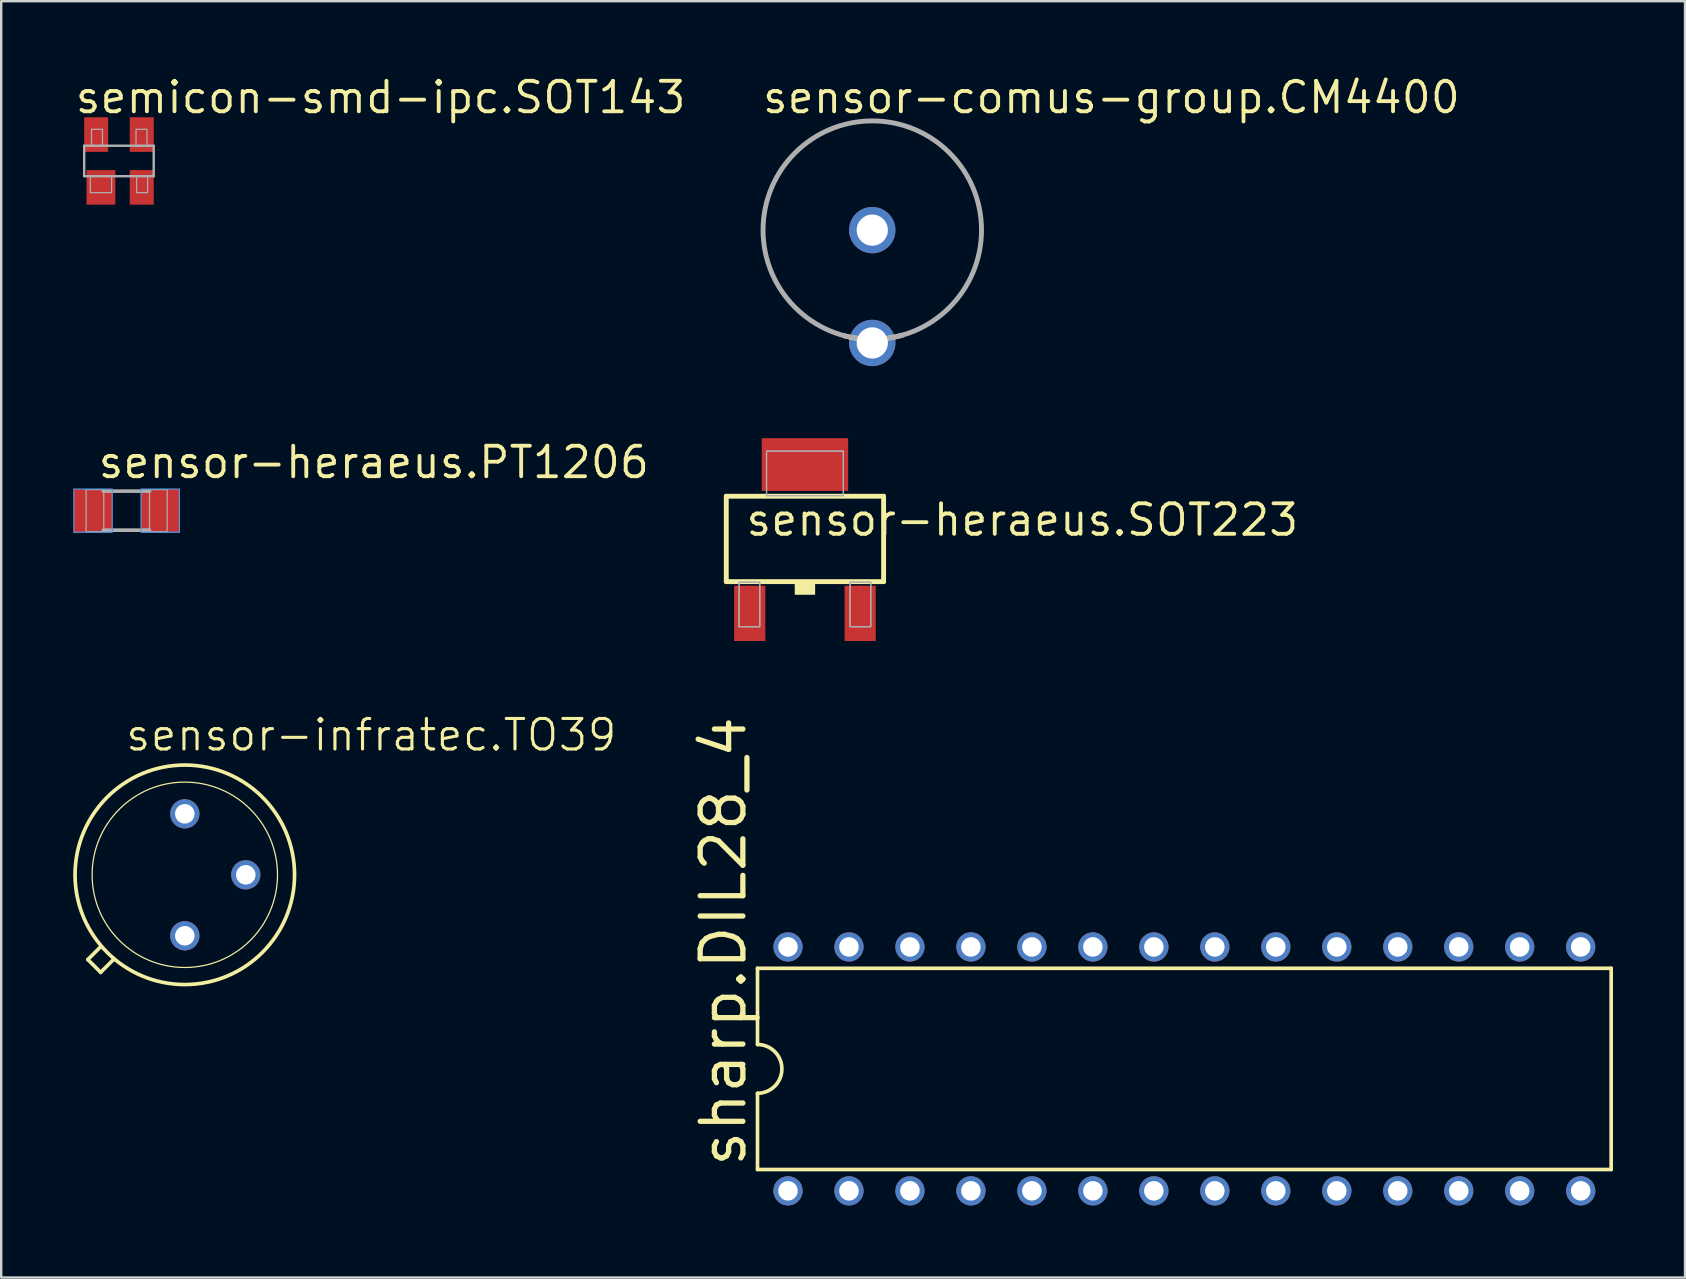
<source format=kicad_pcb>
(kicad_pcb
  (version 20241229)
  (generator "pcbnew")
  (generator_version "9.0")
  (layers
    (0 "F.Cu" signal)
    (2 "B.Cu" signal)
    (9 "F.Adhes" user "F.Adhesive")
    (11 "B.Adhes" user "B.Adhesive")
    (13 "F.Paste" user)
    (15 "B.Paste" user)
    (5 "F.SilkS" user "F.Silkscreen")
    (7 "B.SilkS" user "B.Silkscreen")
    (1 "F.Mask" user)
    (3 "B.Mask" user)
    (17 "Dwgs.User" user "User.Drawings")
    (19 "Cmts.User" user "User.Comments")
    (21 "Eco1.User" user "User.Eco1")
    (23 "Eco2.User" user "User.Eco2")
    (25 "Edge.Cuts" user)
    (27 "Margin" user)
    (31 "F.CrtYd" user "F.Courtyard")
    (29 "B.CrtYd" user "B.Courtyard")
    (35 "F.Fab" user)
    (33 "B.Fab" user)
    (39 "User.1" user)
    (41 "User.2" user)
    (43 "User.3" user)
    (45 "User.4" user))
  (footprint "semicon-smd-ipc.SOT143"
    (layer "F.Cu")
    (at 1.905 3.655)
    (property "Reference" "semicon-smd-ipc.SOT143" (at -1.905 -1.905 0) (layer "F.SilkS") (effects (font (size 1.27 1.27) (thickness 0.16)) (justify left bottom)))
    (attr smd)
    (fp_line (start -1.448 -0.635) (end 1.448 -0.635) (stroke (width 0.1) (type default)) (layer "F.Fab"))
    (fp_line (start -1.448 0.635) (end -1.448 -0.635) (stroke (width 0.1) (type default)) (layer "F.Fab"))
    (fp_line (start -1.448 0.635) (end 1.448 0.635) (stroke (width 0.1) (type default)) (layer "F.Fab"))
    (fp_line (start 1.448 0.635) (end 1.448 -0.635) (stroke (width 0.1) (type default)) (layer "F.Fab"))
    (fp_rect (start -1.194 1.321) (end -0.305 0.635) (stroke (width 0.05) (type default)) (fill no) (layer "F.Fab"))
    (fp_rect (start -1.143 -0.635) (end -0.686 -1.321) (stroke (width 0.05) (type default)) (fill no) (layer "F.Fab"))
    (fp_rect (start 0.711 -0.635) (end 1.168 -1.321) (stroke (width 0.05) (type default)) (fill no) (layer "F.Fab"))
    (fp_rect (start 0.737 1.321) (end 1.194 0.635) (stroke (width 0.05) (type default)) (fill no) (layer "F.Fab"))
    (pad "1" smd roundrect (at -0.75 1.1) (size 1.2 1.44) (layers "F.Cu" "F.Mask" "F.Paste") (roundrect_rratio 0.01))
    (pad "2" smd roundrect (at 0.95 1.1) (size 1 1.44) (layers "F.Cu" "F.Mask" "F.Paste") (roundrect_rratio 0.01))
    (pad "3" smd roundrect (at 0.95 -1.1) (size 1 1.44) (layers "F.Cu" "F.Mask" "F.Paste") (roundrect_rratio 0.01))
    (pad "4" smd roundrect (at -0.95 -1.1) (size 1 1.44) (layers "F.Cu" "F.Mask" "F.Paste") (roundrect_rratio 0.01)))
  (footprint "sensor-heraeus.PT1206"
    (layer "F.Cu")
    (at 2.225 18.221)
    (property "Reference" "sensor-heraeus.PT1206" (at -1.27 -1.27 0) (layer "F.SilkS") (effects (font (size 1.27 1.27) (thickness 0.16)) (justify left bottom)))
    (attr smd)
    (fp_rect (start -2.1 0.8) (end -0.7 -0.8) (stroke (width 0.05) (type default)) (fill yes) (layer "F.Paste"))
    (fp_rect (start 0.7 0.8) (end 2.1 -0.8) (stroke (width 0.05) (type default)) (fill yes) (layer "F.Paste"))
    (fp_rect (start -2.2 0.9) (end -0.6 -0.9) (stroke (width 0.05) (type default)) (fill no) (layer "Cmts.User"))
    (fp_rect (start 0.6 0.9) (end 2.2 -0.9) (stroke (width 0.05) (type default)) (fill no) (layer "Cmts.User"))
    (fp_line (start 0.953 -0.813) (end -0.965 -0.813) (stroke (width 0.152) (type default)) (layer "F.Fab"))
    (fp_line (start 0.953 0.813) (end -0.965 0.813) (stroke (width 0.152) (type default)) (layer "F.Fab"))
    (fp_rect (start -1.689 0.876) (end -0.953 -0.876) (stroke (width 0.05) (type default)) (fill no) (layer "F.Fab"))
    (fp_rect (start 0.953 0.876) (end 1.689 -0.876) (stroke (width 0.05) (type default)) (fill no) (layer "F.Fab"))
    (pad "1A" smd roundrect (at -1.4 0.4) (size 1.6 1) (layers "F.Cu" "F.Mask" "F.Paste") (roundrect_rratio 0.01))
    (pad "1B" smd roundrect (at -1.4 -0.4) (size 1.6 1) (layers "F.Cu" "F.Mask" "F.Paste") (roundrect_rratio 0.01))
    (pad "2A" smd roundrect (at 1.4 0.4) (size 1.6 1) (layers "F.Cu" "F.Mask" "F.Paste") (roundrect_rratio 0.01))
    (pad "2B" smd roundrect (at 1.4 -0.4) (size 1.6 1) (layers "F.Cu" "F.Mask" "F.Paste") (roundrect_rratio 0.01)))
  (footprint "sensor-comus-group.CM4400"
    (layer "F.Cu")
    (at 33.285 6.536)
    (property "Reference" "sensor-comus-group.CM4400" (at -4.659 -4.786 0) (layer "F.SilkS") (effects (font (size 1.27 1.27) (thickness 0.16)) (justify left bottom)))
    (attr through_hole)
    (fp_arc (start 1.25 4.375) (mid 0.039196 4.551997) (end -1.175 4.4) (stroke (width 0.2032) (type default)) (layer "F.SilkS"))
    (fp_circle (center 0 0) (end 4.55 0) (stroke (width 0.203) (type default)) (fill no) (layer "F.Fab"))
    (pad "1" thru_hole circle (at 0 0) (size 1.93 1.93) (drill 1.3) (layers "*.Cu" "*.Mask"))
    (pad "2" thru_hole circle (at 0 4.7) (size 1.93 1.93) (drill 1.3) (layers "*.Cu" "*.Mask")))
  (footprint "sharp.DIL28_4"
    (layer "F.Cu")
    (at 46.284 41.475)
    (property "Reference" "sharp.DIL28_4" (at -18.161 4.191 90) (layer "F.SilkS") (effects (font (size 1.778 1.778) (thickness 0.22)) (justify left bottom)))
    (attr through_hole)
    (fp_line (start -17.78 -4.191) (end -17.78 -1.016) (stroke (width 0.152) (type default)) (layer "F.SilkS"))
    (fp_line (start -17.78 4.191) (end -17.78 1.016) (stroke (width 0.152) (type default)) (layer "F.SilkS"))
    (fp_line (start -17.78 4.191) (end 17.78 4.191) (stroke (width 0.152) (type default)) (layer "F.SilkS"))
    (fp_line (start 17.78 -4.191) (end -17.78 -4.191) (stroke (width 0.152) (type default)) (layer "F.SilkS"))
    (fp_line (start 17.78 -4.191) (end 17.78 4.191) (stroke (width 0.152) (type default)) (layer "F.SilkS"))
    (fp_arc (start -17.78 -1.016) (mid -16.764 0) (end -17.78 1.016) (stroke (width 0.1524) (type default)) (layer "F.SilkS"))
    (pad "1" thru_hole circle (at -16.51 5.08 90) (size 1.219 1.219) (drill 0.813) (layers "*.Cu" "*.Mask"))
    (pad "2" thru_hole circle (at -13.97 5.08 90) (size 1.219 1.219) (drill 0.813) (layers "*.Cu" "*.Mask"))
    (pad "3" thru_hole circle (at -11.43 5.08 90) (size 1.219 1.219) (drill 0.813) (layers "*.Cu" "*.Mask"))
    (pad "4" thru_hole circle (at -8.89 5.08 90) (size 1.219 1.219) (drill 0.813) (layers "*.Cu" "*.Mask"))
    (pad "5" thru_hole circle (at -6.35 5.08 90) (size 1.219 1.219) (drill 0.813) (layers "*.Cu" "*.Mask"))
    (pad "6" thru_hole circle (at -3.81 5.08 90) (size 1.219 1.219) (drill 0.813) (layers "*.Cu" "*.Mask"))
    (pad "7" thru_hole circle (at -1.27 5.08 90) (size 1.219 1.219) (drill 0.813) (layers "*.Cu" "*.Mask"))
    (pad "8" thru_hole circle (at 1.27 5.08 90) (size 1.219 1.219) (drill 0.813) (layers "*.Cu" "*.Mask"))
    (pad "9" thru_hole circle (at 3.81 5.08 90) (size 1.219 1.219) (drill 0.813) (layers "*.Cu" "*.Mask"))
    (pad "10" thru_hole circle (at 6.35 5.08 90) (size 1.219 1.219) (drill 0.813) (layers "*.Cu" "*.Mask"))
    (pad "11" thru_hole circle (at 8.89 5.08 90) (size 1.219 1.219) (drill 0.813) (layers "*.Cu" "*.Mask"))
    (pad "12" thru_hole circle (at 11.43 5.08 90) (size 1.219 1.219) (drill 0.813) (layers "*.Cu" "*.Mask"))
    (pad "13" thru_hole circle (at 13.97 5.08 90) (size 1.219 1.219) (drill 0.813) (layers "*.Cu" "*.Mask"))
    (pad "14" thru_hole circle (at 16.51 5.08 90) (size 1.219 1.219) (drill 0.813) (layers "*.Cu" "*.Mask"))
    (pad "15" thru_hole circle (at 16.51 -5.08 90) (size 1.219 1.219) (drill 0.813) (layers "*.Cu" "*.Mask"))
    (pad "16" thru_hole circle (at 13.97 -5.08 90) (size 1.219 1.219) (drill 0.813) (layers "*.Cu" "*.Mask"))
    (pad "17" thru_hole circle (at 11.43 -5.08 90) (size 1.219 1.219) (drill 0.813) (layers "*.Cu" "*.Mask"))
    (pad "18" thru_hole circle (at 8.89 -5.08 90) (size 1.219 1.219) (drill 0.813) (layers "*.Cu" "*.Mask"))
    (pad "19" thru_hole circle (at 6.35 -5.08 90) (size 1.219 1.219) (drill 0.813) (layers "*.Cu" "*.Mask"))
    (pad "20" thru_hole circle (at 3.81 -5.08 90) (size 1.219 1.219) (drill 0.813) (layers "*.Cu" "*.Mask"))
    (pad "21" thru_hole circle (at 1.27 -5.08 90) (size 1.219 1.219) (drill 0.813) (layers "*.Cu" "*.Mask"))
    (pad "22" thru_hole circle (at -1.27 -5.08 90) (size 1.219 1.219) (drill 0.813) (layers "*.Cu" "*.Mask"))
    (pad "23" thru_hole circle (at -3.81 -5.08 90) (size 1.219 1.219) (drill 0.813) (layers "*.Cu" "*.Mask"))
    (pad "24" thru_hole circle (at -6.35 -5.08 90) (size 1.219 1.219) (drill 0.813) (layers "*.Cu" "*.Mask"))
    (pad "25" thru_hole circle (at -8.89 -5.08 90) (size 1.219 1.219) (drill 0.813) (layers "*.Cu" "*.Mask"))
    (pad "26" thru_hole circle (at -11.43 -5.08 90) (size 1.219 1.219) (drill 0.813) (layers "*.Cu" "*.Mask"))
    (pad "27" thru_hole circle (at -13.97 -5.08 90) (size 1.219 1.219) (drill 0.813) (layers "*.Cu" "*.Mask"))
    (pad "28" thru_hole circle (at -16.51 -5.08 90) (size 1.219 1.219) (drill 0.813) (layers "*.Cu" "*.Mask")))
  (footprint "sensor-infratec.TO39"
    (layer "F.Cu")
    (at 4.648 33.39)
    (property "Reference" "sensor-infratec.TO39" (at -2.54 -5.08 0) (layer "F.SilkS") (effects (font (size 1.27 1.27) (thickness 0.13)) (justify left bottom)))
    (attr through_hole)
    (fp_line (start -4.039 3.531) (end -3.505 2.997) (stroke (width 0.152) (type default)) (layer "F.SilkS"))
    (fp_line (start -3.505 4.064) (end -4.039 3.531) (stroke (width 0.152) (type default)) (layer "F.SilkS"))
    (fp_line (start -2.972 3.531) (end -3.505 4.064) (stroke (width 0.152) (type default)) (layer "F.SilkS"))
    (fp_circle (center 0 0) (end 3.861 0) (stroke (width 0.051) (type default)) (fill no) (layer "F.SilkS"))
    (fp_circle (center 0 0) (end 4.572 0) (stroke (width 0.152) (type default)) (fill no) (layer "F.SilkS"))
    (pad "1" thru_hole circle (at 0 2.54) (size 1.219 1.219) (drill 0.813) (layers "*.Cu" "*.Mask"))
    (pad "2" thru_hole circle (at 2.54 0) (size 1.219 1.219) (drill 0.813) (layers "*.Cu" "*.Mask"))
    (pad "3" thru_hole circle (at 0 -2.54) (size 1.219 1.219) (drill 0.813) (layers "*.Cu" "*.Mask")))
  (footprint "sensor-heraeus.SOT223"
    (layer "F.Cu")
    (at 30.48 19.4)
    (property "Reference" "sensor-heraeus.SOT223" (at -2.54 -0.051 0) (layer "F.SilkS") (effects (font (size 1.27 1.27) (thickness 0.16)) (justify left bottom)))
    (attr smd)
    (fp_line (start -3.277 -1.778) (end 3.277 -1.778) (stroke (width 0.203) (type default)) (layer "F.SilkS"))
    (fp_line (start -3.277 1.778) (end -3.277 -1.778) (stroke (width 0.203) (type default)) (layer "F.SilkS"))
    (fp_line (start 3.277 -1.778) (end 3.277 1.778) (stroke (width 0.203) (type default)) (layer "F.SilkS"))
    (fp_line (start 3.277 1.778) (end -3.277 1.778) (stroke (width 0.203) (type default)) (layer "F.SilkS"))
    (fp_rect (start -0.4 2.3) (end 0.4 1.8) (stroke (width 0.05) (type default)) (fill yes) (layer "F.SilkS"))
    (fp_rect (start -2.743 3.658) (end -1.88 1.803) (stroke (width 0.05) (type default)) (fill no) (layer "F.Fab"))
    (fp_rect (start -2.743 3.658) (end -1.88 1.803) (stroke (width 0.05) (type default)) (fill no) (layer "F.Fab"))
    (fp_rect (start -1.6 -1.803) (end 1.6 -3.658) (stroke (width 0.05) (type default)) (fill no) (layer "F.Fab"))
    (fp_rect (start -1.6 -1.803) (end 1.6 -3.658) (stroke (width 0.05) (type default)) (fill no) (layer "F.Fab"))
    (fp_rect (start 1.88 3.658) (end 2.743 1.803) (stroke (width 0.05) (type default)) (fill no) (layer "F.Fab"))
    (fp_rect (start 1.88 3.658) (end 2.743 1.803) (stroke (width 0.05) (type default)) (fill no) (layer "F.Fab"))
    (pad "1A" smd roundrect (at -2.6 3.1) (size 0.7 2.3) (layers "F.Cu" "F.Mask" "F.Paste") (roundrect_rratio 0.01))
    (pad "1B" smd roundrect (at -2 3.1) (size 0.7 2.3) (layers "F.Cu" "F.Mask" "F.Paste") (roundrect_rratio 0.01))
    (pad "3A" smd roundrect (at 2 3.1) (size 0.7 2.3) (layers "F.Cu" "F.Mask" "F.Paste") (roundrect_rratio 0.01))
    (pad "3B" smd roundrect (at 2.6 3.1) (size 0.7 2.3) (layers "F.Cu" "F.Mask" "F.Paste") (roundrect_rratio 0.01))
    (pad "4" smd roundrect (at 0 -3.099) (size 3.6 2.2) (layers "F.Cu" "F.Mask" "F.Paste") (roundrect_rratio 0.01)))
  (gr_rect
    (start -3 -3)
    (end 67.14 50.165)
    (stroke (width 0.1) (type default))
    (fill no)
    (layer "Edge.Cuts")))
</source>
